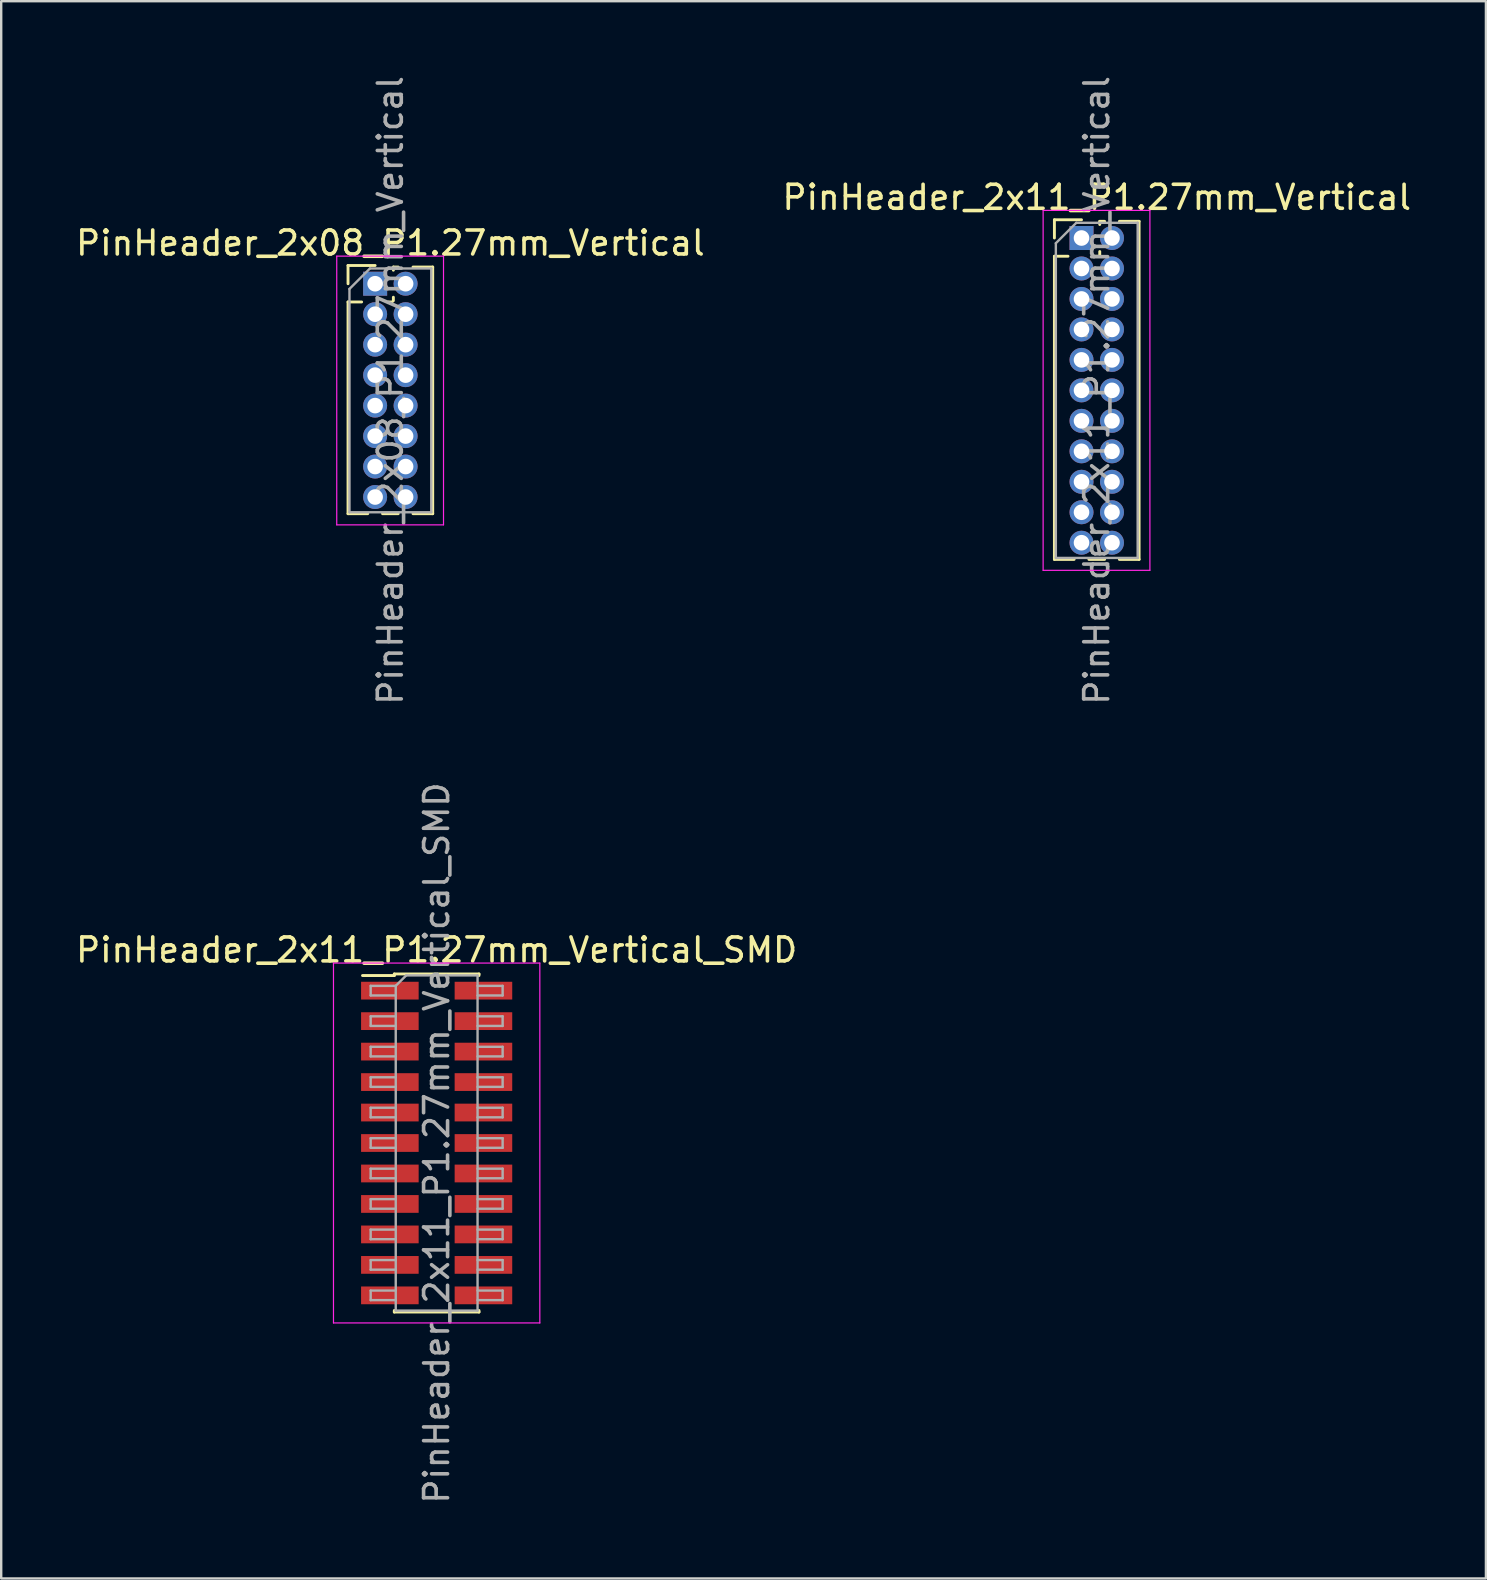
<source format=kicad_pcb>
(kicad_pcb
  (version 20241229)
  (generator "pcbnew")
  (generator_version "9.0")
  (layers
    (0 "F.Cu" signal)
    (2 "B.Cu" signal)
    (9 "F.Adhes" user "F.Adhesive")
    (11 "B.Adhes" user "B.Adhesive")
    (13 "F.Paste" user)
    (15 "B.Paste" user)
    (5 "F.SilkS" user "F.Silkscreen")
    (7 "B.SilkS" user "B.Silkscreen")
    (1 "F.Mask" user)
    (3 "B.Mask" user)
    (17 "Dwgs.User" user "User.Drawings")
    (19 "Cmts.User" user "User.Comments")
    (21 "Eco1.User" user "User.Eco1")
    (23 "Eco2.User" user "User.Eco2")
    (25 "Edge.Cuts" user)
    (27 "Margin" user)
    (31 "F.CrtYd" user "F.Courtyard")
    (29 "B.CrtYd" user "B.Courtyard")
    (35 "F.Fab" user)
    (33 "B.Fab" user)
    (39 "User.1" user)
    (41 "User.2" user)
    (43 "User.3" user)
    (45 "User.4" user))
  (footprint "PinHeader_2x11_P1.27mm_Vertical_SMD"
    (layer "F.Cu")
    (at 15.149 44.589)
    (property "Reference" "PinHeader_2x11_P1.27mm_Vertical_SMD" (at 0 -8.045 0) (layer "F.SilkS") (effects (font (size 1 1) (thickness 0.15))))
    (attr smd)
    (fp_line (start -3.09 -6.98) (end -1.765 -6.98) (stroke (width 0.12) (type solid)) (layer "F.SilkS"))
    (fp_line (start -1.765 -7.045) (end -1.765 -6.98) (stroke (width 0.12) (type solid)) (layer "F.SilkS"))
    (fp_line (start -1.765 -7.045) (end 1.765 -7.045) (stroke (width 0.12) (type solid)) (layer "F.SilkS"))
    (fp_line (start -1.765 6.98) (end -1.765 7.045) (stroke (width 0.12) (type solid)) (layer "F.SilkS"))
    (fp_line (start -1.765 7.045) (end 1.765 7.045) (stroke (width 0.12) (type solid)) (layer "F.SilkS"))
    (fp_line (start 1.765 -7.045) (end 1.765 -6.98) (stroke (width 0.12) (type solid)) (layer "F.SilkS"))
    (fp_line (start 1.765 6.98) (end 1.765 7.045) (stroke (width 0.12) (type solid)) (layer "F.SilkS"))
    (fp_line (start -4.3 -7.5) (end -4.3 7.5) (stroke (width 0.05) (type solid)) (layer "F.CrtYd"))
    (fp_line (start -4.3 7.5) (end 4.3 7.5) (stroke (width 0.05) (type solid)) (layer "F.CrtYd"))
    (fp_line (start 4.3 -7.5) (end -4.3 -7.5) (stroke (width 0.05) (type solid)) (layer "F.CrtYd"))
    (fp_line (start 4.3 7.5) (end 4.3 -7.5) (stroke (width 0.05) (type solid)) (layer "F.CrtYd"))
    (fp_line (start -2.75 -6.55) (end -2.75 -6.15) (stroke (width 0.1) (type solid)) (layer "F.Fab"))
    (fp_line (start -2.75 -6.15) (end -1.705 -6.15) (stroke (width 0.1) (type solid)) (layer "F.Fab"))
    (fp_line (start -2.75 -5.28) (end -2.75 -4.88) (stroke (width 0.1) (type solid)) (layer "F.Fab"))
    (fp_line (start -2.75 -4.88) (end -1.705 -4.88) (stroke (width 0.1) (type solid)) (layer "F.Fab"))
    (fp_line (start -2.75 -4.01) (end -2.75 -3.61) (stroke (width 0.1) (type solid)) (layer "F.Fab"))
    (fp_line (start -2.75 -3.61) (end -1.705 -3.61) (stroke (width 0.1) (type solid)) (layer "F.Fab"))
    (fp_line (start -2.75 -2.74) (end -2.75 -2.34) (stroke (width 0.1) (type solid)) (layer "F.Fab"))
    (fp_line (start -2.75 -2.34) (end -1.705 -2.34) (stroke (width 0.1) (type solid)) (layer "F.Fab"))
    (fp_line (start -2.75 -1.47) (end -2.75 -1.07) (stroke (width 0.1) (type solid)) (layer "F.Fab"))
    (fp_line (start -2.75 -1.07) (end -1.705 -1.07) (stroke (width 0.1) (type solid)) (layer "F.Fab"))
    (fp_line (start -2.75 -0.2) (end -2.75 0.2) (stroke (width 0.1) (type solid)) (layer "F.Fab"))
    (fp_line (start -2.75 0.2) (end -1.705 0.2) (stroke (width 0.1) (type solid)) (layer "F.Fab"))
    (fp_line (start -2.75 1.07) (end -2.75 1.47) (stroke (width 0.1) (type solid)) (layer "F.Fab"))
    (fp_line (start -2.75 1.47) (end -1.705 1.47) (stroke (width 0.1) (type solid)) (layer "F.Fab"))
    (fp_line (start -2.75 2.34) (end -2.75 2.74) (stroke (width 0.1) (type solid)) (layer "F.Fab"))
    (fp_line (start -2.75 2.74) (end -1.705 2.74) (stroke (width 0.1) (type solid)) (layer "F.Fab"))
    (fp_line (start -2.75 3.61) (end -2.75 4.01) (stroke (width 0.1) (type solid)) (layer "F.Fab"))
    (fp_line (start -2.75 4.01) (end -1.705 4.01) (stroke (width 0.1) (type solid)) (layer "F.Fab"))
    (fp_line (start -2.75 4.88) (end -2.75 5.28) (stroke (width 0.1) (type solid)) (layer "F.Fab"))
    (fp_line (start -2.75 5.28) (end -1.705 5.28) (stroke (width 0.1) (type solid)) (layer "F.Fab"))
    (fp_line (start -2.75 6.15) (end -2.75 6.55) (stroke (width 0.1) (type solid)) (layer "F.Fab"))
    (fp_line (start -2.75 6.55) (end -1.705 6.55) (stroke (width 0.1) (type solid)) (layer "F.Fab"))
    (fp_line (start -1.705 -6.55) (end -2.75 -6.55) (stroke (width 0.1) (type solid)) (layer "F.Fab"))
    (fp_line (start -1.705 -6.55) (end -1.27 -6.985) (stroke (width 0.1) (type solid)) (layer "F.Fab"))
    (fp_line (start -1.705 -5.28) (end -2.75 -5.28) (stroke (width 0.1) (type solid)) (layer "F.Fab"))
    (fp_line (start -1.705 -4.01) (end -2.75 -4.01) (stroke (width 0.1) (type solid)) (layer "F.Fab"))
    (fp_line (start -1.705 -2.74) (end -2.75 -2.74) (stroke (width 0.1) (type solid)) (layer "F.Fab"))
    (fp_line (start -1.705 -1.47) (end -2.75 -1.47) (stroke (width 0.1) (type solid)) (layer "F.Fab"))
    (fp_line (start -1.705 -0.2) (end -2.75 -0.2) (stroke (width 0.1) (type solid)) (layer "F.Fab"))
    (fp_line (start -1.705 1.07) (end -2.75 1.07) (stroke (width 0.1) (type solid)) (layer "F.Fab"))
    (fp_line (start -1.705 2.34) (end -2.75 2.34) (stroke (width 0.1) (type solid)) (layer "F.Fab"))
    (fp_line (start -1.705 3.61) (end -2.75 3.61) (stroke (width 0.1) (type solid)) (layer "F.Fab"))
    (fp_line (start -1.705 4.88) (end -2.75 4.88) (stroke (width 0.1) (type solid)) (layer "F.Fab"))
    (fp_line (start -1.705 6.15) (end -2.75 6.15) (stroke (width 0.1) (type solid)) (layer "F.Fab"))
    (fp_line (start -1.705 6.985) (end -1.705 -6.55) (stroke (width 0.1) (type solid)) (layer "F.Fab"))
    (fp_line (start -1.27 -6.985) (end 1.705 -6.985) (stroke (width 0.1) (type solid)) (layer "F.Fab"))
    (fp_line (start 1.705 -6.985) (end 1.705 6.985) (stroke (width 0.1) (type solid)) (layer "F.Fab"))
    (fp_line (start 1.705 -6.55) (end 2.75 -6.55) (stroke (width 0.1) (type solid)) (layer "F.Fab"))
    (fp_line (start 1.705 -5.28) (end 2.75 -5.28) (stroke (width 0.1) (type solid)) (layer "F.Fab"))
    (fp_line (start 1.705 -4.01) (end 2.75 -4.01) (stroke (width 0.1) (type solid)) (layer "F.Fab"))
    (fp_line (start 1.705 -2.74) (end 2.75 -2.74) (stroke (width 0.1) (type solid)) (layer "F.Fab"))
    (fp_line (start 1.705 -1.47) (end 2.75 -1.47) (stroke (width 0.1) (type solid)) (layer "F.Fab"))
    (fp_line (start 1.705 -0.2) (end 2.75 -0.2) (stroke (width 0.1) (type solid)) (layer "F.Fab"))
    (fp_line (start 1.705 1.07) (end 2.75 1.07) (stroke (width 0.1) (type solid)) (layer "F.Fab"))
    (fp_line (start 1.705 2.34) (end 2.75 2.34) (stroke (width 0.1) (type solid)) (layer "F.Fab"))
    (fp_line (start 1.705 3.61) (end 2.75 3.61) (stroke (width 0.1) (type solid)) (layer "F.Fab"))
    (fp_line (start 1.705 4.88) (end 2.75 4.88) (stroke (width 0.1) (type solid)) (layer "F.Fab"))
    (fp_line (start 1.705 6.15) (end 2.75 6.15) (stroke (width 0.1) (type solid)) (layer "F.Fab"))
    (fp_line (start 1.705 6.985) (end -1.705 6.985) (stroke (width 0.1) (type solid)) (layer "F.Fab"))
    (fp_line (start 2.75 -6.55) (end 2.75 -6.15) (stroke (width 0.1) (type solid)) (layer "F.Fab"))
    (fp_line (start 2.75 -6.15) (end 1.705 -6.15) (stroke (width 0.1) (type solid)) (layer "F.Fab"))
    (fp_line (start 2.75 -5.28) (end 2.75 -4.88) (stroke (width 0.1) (type solid)) (layer "F.Fab"))
    (fp_line (start 2.75 -4.88) (end 1.705 -4.88) (stroke (width 0.1) (type solid)) (layer "F.Fab"))
    (fp_line (start 2.75 -4.01) (end 2.75 -3.61) (stroke (width 0.1) (type solid)) (layer "F.Fab"))
    (fp_line (start 2.75 -3.61) (end 1.705 -3.61) (stroke (width 0.1) (type solid)) (layer "F.Fab"))
    (fp_line (start 2.75 -2.74) (end 2.75 -2.34) (stroke (width 0.1) (type solid)) (layer "F.Fab"))
    (fp_line (start 2.75 -2.34) (end 1.705 -2.34) (stroke (width 0.1) (type solid)) (layer "F.Fab"))
    (fp_line (start 2.75 -1.47) (end 2.75 -1.07) (stroke (width 0.1) (type solid)) (layer "F.Fab"))
    (fp_line (start 2.75 -1.07) (end 1.705 -1.07) (stroke (width 0.1) (type solid)) (layer "F.Fab"))
    (fp_line (start 2.75 -0.2) (end 2.75 0.2) (stroke (width 0.1) (type solid)) (layer "F.Fab"))
    (fp_line (start 2.75 0.2) (end 1.705 0.2) (stroke (width 0.1) (type solid)) (layer "F.Fab"))
    (fp_line (start 2.75 1.07) (end 2.75 1.47) (stroke (width 0.1) (type solid)) (layer "F.Fab"))
    (fp_line (start 2.75 1.47) (end 1.705 1.47) (stroke (width 0.1) (type solid)) (layer "F.Fab"))
    (fp_line (start 2.75 2.34) (end 2.75 2.74) (stroke (width 0.1) (type solid)) (layer "F.Fab"))
    (fp_line (start 2.75 2.74) (end 1.705 2.74) (stroke (width 0.1) (type solid)) (layer "F.Fab"))
    (fp_line (start 2.75 3.61) (end 2.75 4.01) (stroke (width 0.1) (type solid)) (layer "F.Fab"))
    (fp_line (start 2.75 4.01) (end 1.705 4.01) (stroke (width 0.1) (type solid)) (layer "F.Fab"))
    (fp_line (start 2.75 4.88) (end 2.75 5.28) (stroke (width 0.1) (type solid)) (layer "F.Fab"))
    (fp_line (start 2.75 5.28) (end 1.705 5.28) (stroke (width 0.1) (type solid)) (layer "F.Fab"))
    (fp_line (start 2.75 6.15) (end 2.75 6.55) (stroke (width 0.1) (type solid)) (layer "F.Fab"))
    (fp_line (start 2.75 6.55) (end 1.705 6.55) (stroke (width 0.1) (type solid)) (layer "F.Fab"))
    (fp_text user "${REFERENCE}" (at 0 0 90) (layer "F.Fab") (effects (font (size 1 1) (thickness 0.15))))
    (pad "1" smd rect (at -1.95 -6.35) (size 2.4 0.74) (layers "F.Cu" "F.Mask" "F.Paste"))
    (pad "2" smd rect (at 1.95 -6.35) (size 2.4 0.74) (layers "F.Cu" "F.Mask" "F.Paste"))
    (pad "3" smd rect (at -1.95 -5.08) (size 2.4 0.74) (layers "F.Cu" "F.Mask" "F.Paste"))
    (pad "4" smd rect (at 1.95 -5.08) (size 2.4 0.74) (layers "F.Cu" "F.Mask" "F.Paste"))
    (pad "5" smd rect (at -1.95 -3.81) (size 2.4 0.74) (layers "F.Cu" "F.Mask" "F.Paste"))
    (pad "6" smd rect (at 1.95 -3.81) (size 2.4 0.74) (layers "F.Cu" "F.Mask" "F.Paste"))
    (pad "7" smd rect (at -1.95 -2.54) (size 2.4 0.74) (layers "F.Cu" "F.Mask" "F.Paste"))
    (pad "8" smd rect (at 1.95 -2.54) (size 2.4 0.74) (layers "F.Cu" "F.Mask" "F.Paste"))
    (pad "9" smd rect (at -1.95 -1.27) (size 2.4 0.74) (layers "F.Cu" "F.Mask" "F.Paste"))
    (pad "10" smd rect (at 1.95 -1.27) (size 2.4 0.74) (layers "F.Cu" "F.Mask" "F.Paste"))
    (pad "11" smd rect (at -1.95 0) (size 2.4 0.74) (layers "F.Cu" "F.Mask" "F.Paste"))
    (pad "12" smd rect (at 1.95 0) (size 2.4 0.74) (layers "F.Cu" "F.Mask" "F.Paste"))
    (pad "13" smd rect (at -1.95 1.27) (size 2.4 0.74) (layers "F.Cu" "F.Mask" "F.Paste"))
    (pad "14" smd rect (at 1.95 1.27) (size 2.4 0.74) (layers "F.Cu" "F.Mask" "F.Paste"))
    (pad "15" smd rect (at -1.95 2.54) (size 2.4 0.74) (layers "F.Cu" "F.Mask" "F.Paste"))
    (pad "16" smd rect (at 1.95 2.54) (size 2.4 0.74) (layers "F.Cu" "F.Mask" "F.Paste"))
    (pad "17" smd rect (at -1.95 3.81) (size 2.4 0.74) (layers "F.Cu" "F.Mask" "F.Paste"))
    (pad "18" smd rect (at 1.95 3.81) (size 2.4 0.74) (layers "F.Cu" "F.Mask" "F.Paste"))
    (pad "19" smd rect (at -1.95 5.08) (size 2.4 0.74) (layers "F.Cu" "F.Mask" "F.Paste"))
    (pad "20" smd rect (at 1.95 5.08) (size 2.4 0.74) (layers "F.Cu" "F.Mask" "F.Paste"))
    (pad "21" smd rect (at -1.95 6.35) (size 2.4 0.74) (layers "F.Cu" "F.Mask" "F.Paste"))
    (pad "22" smd rect (at 1.95 6.35) (size 2.4 0.74) (layers "F.Cu" "F.Mask" "F.Paste")))
  (footprint "PinHeader_2x08_P1.27mm_Vertical"
    (layer "F.Cu")
    (at 12.585 8.775)
    (property "Reference" "PinHeader_2x08_P1.27mm_Vertical" (at 0.635 -1.695 0) (layer "F.SilkS") (effects (font (size 1 1) (thickness 0.15))))
    (attr through_hole)
    (fp_line (start -1.13 -0.76) (end 0 -0.76) (stroke (width 0.12) (type solid)) (layer "F.SilkS"))
    (fp_line (start -1.13 0) (end -1.13 -0.76) (stroke (width 0.12) (type solid)) (layer "F.SilkS"))
    (fp_line (start -1.13 0.76) (end -1.13 9.585) (stroke (width 0.12) (type solid)) (layer "F.SilkS"))
    (fp_line (start -1.13 0.76) (end -0.563 0.76) (stroke (width 0.12) (type solid)) (layer "F.SilkS"))
    (fp_line (start -1.13 9.585) (end -0.308 9.585) (stroke (width 0.12) (type solid)) (layer "F.SilkS"))
    (fp_line (start 0.308 9.585) (end 0.962 9.585) (stroke (width 0.12) (type solid)) (layer "F.SilkS"))
    (fp_line (start 0.563 0.76) (end 0.707 0.76) (stroke (width 0.12) (type solid)) (layer "F.SilkS"))
    (fp_line (start 0.76 -0.695) (end 0.962 -0.695) (stroke (width 0.12) (type solid)) (layer "F.SilkS"))
    (fp_line (start 0.76 -0.563) (end 0.76 -0.695) (stroke (width 0.12) (type solid)) (layer "F.SilkS"))
    (fp_line (start 0.76 0.707) (end 0.76 0.563) (stroke (width 0.12) (type solid)) (layer "F.SilkS"))
    (fp_line (start 1.578 -0.695) (end 2.4 -0.695) (stroke (width 0.12) (type solid)) (layer "F.SilkS"))
    (fp_line (start 1.578 9.585) (end 2.4 9.585) (stroke (width 0.12) (type solid)) (layer "F.SilkS"))
    (fp_line (start 2.4 -0.695) (end 2.4 9.585) (stroke (width 0.12) (type solid)) (layer "F.SilkS"))
    (fp_line (start -1.6 -1.15) (end -1.6 10.05) (stroke (width 0.05) (type solid)) (layer "F.CrtYd"))
    (fp_line (start -1.6 10.05) (end 2.85 10.05) (stroke (width 0.05) (type solid)) (layer "F.CrtYd"))
    (fp_line (start 2.85 -1.15) (end -1.6 -1.15) (stroke (width 0.05) (type solid)) (layer "F.CrtYd"))
    (fp_line (start 2.85 10.05) (end 2.85 -1.15) (stroke (width 0.05) (type solid)) (layer "F.CrtYd"))
    (fp_line (start -1.07 0.217) (end -0.217 -0.635) (stroke (width 0.1) (type solid)) (layer "F.Fab"))
    (fp_line (start -1.07 9.525) (end -1.07 0.217) (stroke (width 0.1) (type solid)) (layer "F.Fab"))
    (fp_line (start -0.217 -0.635) (end 2.34 -0.635) (stroke (width 0.1) (type solid)) (layer "F.Fab"))
    (fp_line (start 2.34 -0.635) (end 2.34 9.525) (stroke (width 0.1) (type solid)) (layer "F.Fab"))
    (fp_line (start 2.34 9.525) (end -1.07 9.525) (stroke (width 0.1) (type solid)) (layer "F.Fab"))
    (fp_text user "${REFERENCE}" (at 0.635 4.445 90) (layer "F.Fab") (effects (font (size 1 1) (thickness 0.15))))
    (pad "1" thru_hole rect (at 0 0) (size 1 1) (drill 0.65) (layers "*.Cu" "*.Mask"))
    (pad "2" thru_hole oval (at 1.27 0) (size 1 1) (drill 0.65) (layers "*.Cu" "*.Mask"))
    (pad "3" thru_hole oval (at 0 1.27) (size 1 1) (drill 0.65) (layers "*.Cu" "*.Mask"))
    (pad "4" thru_hole oval (at 1.27 1.27) (size 1 1) (drill 0.65) (layers "*.Cu" "*.Mask"))
    (pad "5" thru_hole oval (at 0 2.54) (size 1 1) (drill 0.65) (layers "*.Cu" "*.Mask"))
    (pad "6" thru_hole oval (at 1.27 2.54) (size 1 1) (drill 0.65) (layers "*.Cu" "*.Mask"))
    (pad "7" thru_hole oval (at 0 3.81) (size 1 1) (drill 0.65) (layers "*.Cu" "*.Mask"))
    (pad "8" thru_hole oval (at 1.27 3.81) (size 1 1) (drill 0.65) (layers "*.Cu" "*.Mask"))
    (pad "9" thru_hole oval (at 0 5.08) (size 1 1) (drill 0.65) (layers "*.Cu" "*.Mask"))
    (pad "10" thru_hole oval (at 1.27 5.08) (size 1 1) (drill 0.65) (layers "*.Cu" "*.Mask"))
    (pad "11" thru_hole oval (at 0 6.35) (size 1 1) (drill 0.65) (layers "*.Cu" "*.Mask"))
    (pad "12" thru_hole oval (at 1.27 6.35) (size 1 1) (drill 0.65) (layers "*.Cu" "*.Mask"))
    (pad "13" thru_hole oval (at 0 7.62) (size 1 1) (drill 0.65) (layers "*.Cu" "*.Mask"))
    (pad "14" thru_hole oval (at 1.27 7.62) (size 1 1) (drill 0.65) (layers "*.Cu" "*.Mask"))
    (pad "15" thru_hole oval (at 0 8.89) (size 1 1) (drill 0.65) (layers "*.Cu" "*.Mask"))
    (pad "16" thru_hole oval (at 1.27 8.89) (size 1 1) (drill 0.65) (layers "*.Cu" "*.Mask")))
  (footprint "PinHeader_2x11_P1.27mm_Vertical"
    (layer "F.Cu")
    (at 42.026 6.87)
    (property "Reference" "PinHeader_2x11_P1.27mm_Vertical" (at 0.635 -1.695 0) (layer "F.SilkS") (effects (font (size 1 1) (thickness 0.15))))
    (attr through_hole)
    (fp_line (start -1.13 -0.76) (end 0 -0.76) (stroke (width 0.12) (type solid)) (layer "F.SilkS"))
    (fp_line (start -1.13 0) (end -1.13 -0.76) (stroke (width 0.12) (type solid)) (layer "F.SilkS"))
    (fp_line (start -1.13 0.76) (end -1.13 13.395) (stroke (width 0.12) (type solid)) (layer "F.SilkS"))
    (fp_line (start -1.13 0.76) (end -0.563 0.76) (stroke (width 0.12) (type solid)) (layer "F.SilkS"))
    (fp_line (start -1.13 13.395) (end -0.308 13.395) (stroke (width 0.12) (type solid)) (layer "F.SilkS"))
    (fp_line (start 0.308 13.395) (end 0.962 13.395) (stroke (width 0.12) (type solid)) (layer "F.SilkS"))
    (fp_line (start 0.563 0.76) (end 0.707 0.76) (stroke (width 0.12) (type solid)) (layer "F.SilkS"))
    (fp_line (start 0.76 -0.695) (end 0.962 -0.695) (stroke (width 0.12) (type solid)) (layer "F.SilkS"))
    (fp_line (start 0.76 -0.563) (end 0.76 -0.695) (stroke (width 0.12) (type solid)) (layer "F.SilkS"))
    (fp_line (start 0.76 0.707) (end 0.76 0.563) (stroke (width 0.12) (type solid)) (layer "F.SilkS"))
    (fp_line (start 1.578 -0.695) (end 2.4 -0.695) (stroke (width 0.12) (type solid)) (layer "F.SilkS"))
    (fp_line (start 1.578 13.395) (end 2.4 13.395) (stroke (width 0.12) (type solid)) (layer "F.SilkS"))
    (fp_line (start 2.4 -0.695) (end 2.4 13.395) (stroke (width 0.12) (type solid)) (layer "F.SilkS"))
    (fp_line (start -1.6 -1.15) (end -1.6 13.85) (stroke (width 0.05) (type solid)) (layer "F.CrtYd"))
    (fp_line (start -1.6 13.85) (end 2.85 13.85) (stroke (width 0.05) (type solid)) (layer "F.CrtYd"))
    (fp_line (start 2.85 -1.15) (end -1.6 -1.15) (stroke (width 0.05) (type solid)) (layer "F.CrtYd"))
    (fp_line (start 2.85 13.85) (end 2.85 -1.15) (stroke (width 0.05) (type solid)) (layer "F.CrtYd"))
    (fp_line (start -1.07 0.217) (end -0.217 -0.635) (stroke (width 0.1) (type solid)) (layer "F.Fab"))
    (fp_line (start -1.07 13.335) (end -1.07 0.217) (stroke (width 0.1) (type solid)) (layer "F.Fab"))
    (fp_line (start -0.217 -0.635) (end 2.34 -0.635) (stroke (width 0.1) (type solid)) (layer "F.Fab"))
    (fp_line (start 2.34 -0.635) (end 2.34 13.335) (stroke (width 0.1) (type solid)) (layer "F.Fab"))
    (fp_line (start 2.34 13.335) (end -1.07 13.335) (stroke (width 0.1) (type solid)) (layer "F.Fab"))
    (fp_text user "${REFERENCE}" (at 0.635 6.35 90) (layer "F.Fab") (effects (font (size 1 1) (thickness 0.15))))
    (pad "1" thru_hole rect (at 0 0) (size 1 1) (drill 0.65) (layers "*.Cu" "*.Mask"))
    (pad "2" thru_hole oval (at 1.27 0) (size 1 1) (drill 0.65) (layers "*.Cu" "*.Mask"))
    (pad "3" thru_hole oval (at 0 1.27) (size 1 1) (drill 0.65) (layers "*.Cu" "*.Mask"))
    (pad "4" thru_hole oval (at 1.27 1.27) (size 1 1) (drill 0.65) (layers "*.Cu" "*.Mask"))
    (pad "5" thru_hole oval (at 0 2.54) (size 1 1) (drill 0.65) (layers "*.Cu" "*.Mask"))
    (pad "6" thru_hole oval (at 1.27 2.54) (size 1 1) (drill 0.65) (layers "*.Cu" "*.Mask"))
    (pad "7" thru_hole oval (at 0 3.81) (size 1 1) (drill 0.65) (layers "*.Cu" "*.Mask"))
    (pad "8" thru_hole oval (at 1.27 3.81) (size 1 1) (drill 0.65) (layers "*.Cu" "*.Mask"))
    (pad "9" thru_hole oval (at 0 5.08) (size 1 1) (drill 0.65) (layers "*.Cu" "*.Mask"))
    (pad "10" thru_hole oval (at 1.27 5.08) (size 1 1) (drill 0.65) (layers "*.Cu" "*.Mask"))
    (pad "11" thru_hole oval (at 0 6.35) (size 1 1) (drill 0.65) (layers "*.Cu" "*.Mask"))
    (pad "12" thru_hole oval (at 1.27 6.35) (size 1 1) (drill 0.65) (layers "*.Cu" "*.Mask"))
    (pad "13" thru_hole oval (at 0 7.62) (size 1 1) (drill 0.65) (layers "*.Cu" "*.Mask"))
    (pad "14" thru_hole oval (at 1.27 7.62) (size 1 1) (drill 0.65) (layers "*.Cu" "*.Mask"))
    (pad "15" thru_hole oval (at 0 8.89) (size 1 1) (drill 0.65) (layers "*.Cu" "*.Mask"))
    (pad "16" thru_hole oval (at 1.27 8.89) (size 1 1) (drill 0.65) (layers "*.Cu" "*.Mask"))
    (pad "17" thru_hole oval (at 0 10.16) (size 1 1) (drill 0.65) (layers "*.Cu" "*.Mask"))
    (pad "18" thru_hole oval (at 1.27 10.16) (size 1 1) (drill 0.65) (layers "*.Cu" "*.Mask"))
    (pad "19" thru_hole oval (at 0 11.43) (size 1 1) (drill 0.65) (layers "*.Cu" "*.Mask"))
    (pad "20" thru_hole oval (at 1.27 11.43) (size 1 1) (drill 0.65) (layers "*.Cu" "*.Mask"))
    (pad "21" thru_hole oval (at 0 12.7) (size 1 1) (drill 0.65) (layers "*.Cu" "*.Mask"))
    (pad "22" thru_hole oval (at 1.27 12.7) (size 1 1) (drill 0.65) (layers "*.Cu" "*.Mask")))
  (gr_rect
    (start -3 -3)
    (end 58.881 62.738)
    (stroke (width 0.1) (type default))
    (fill no)
    (layer "Edge.Cuts")))
</source>
